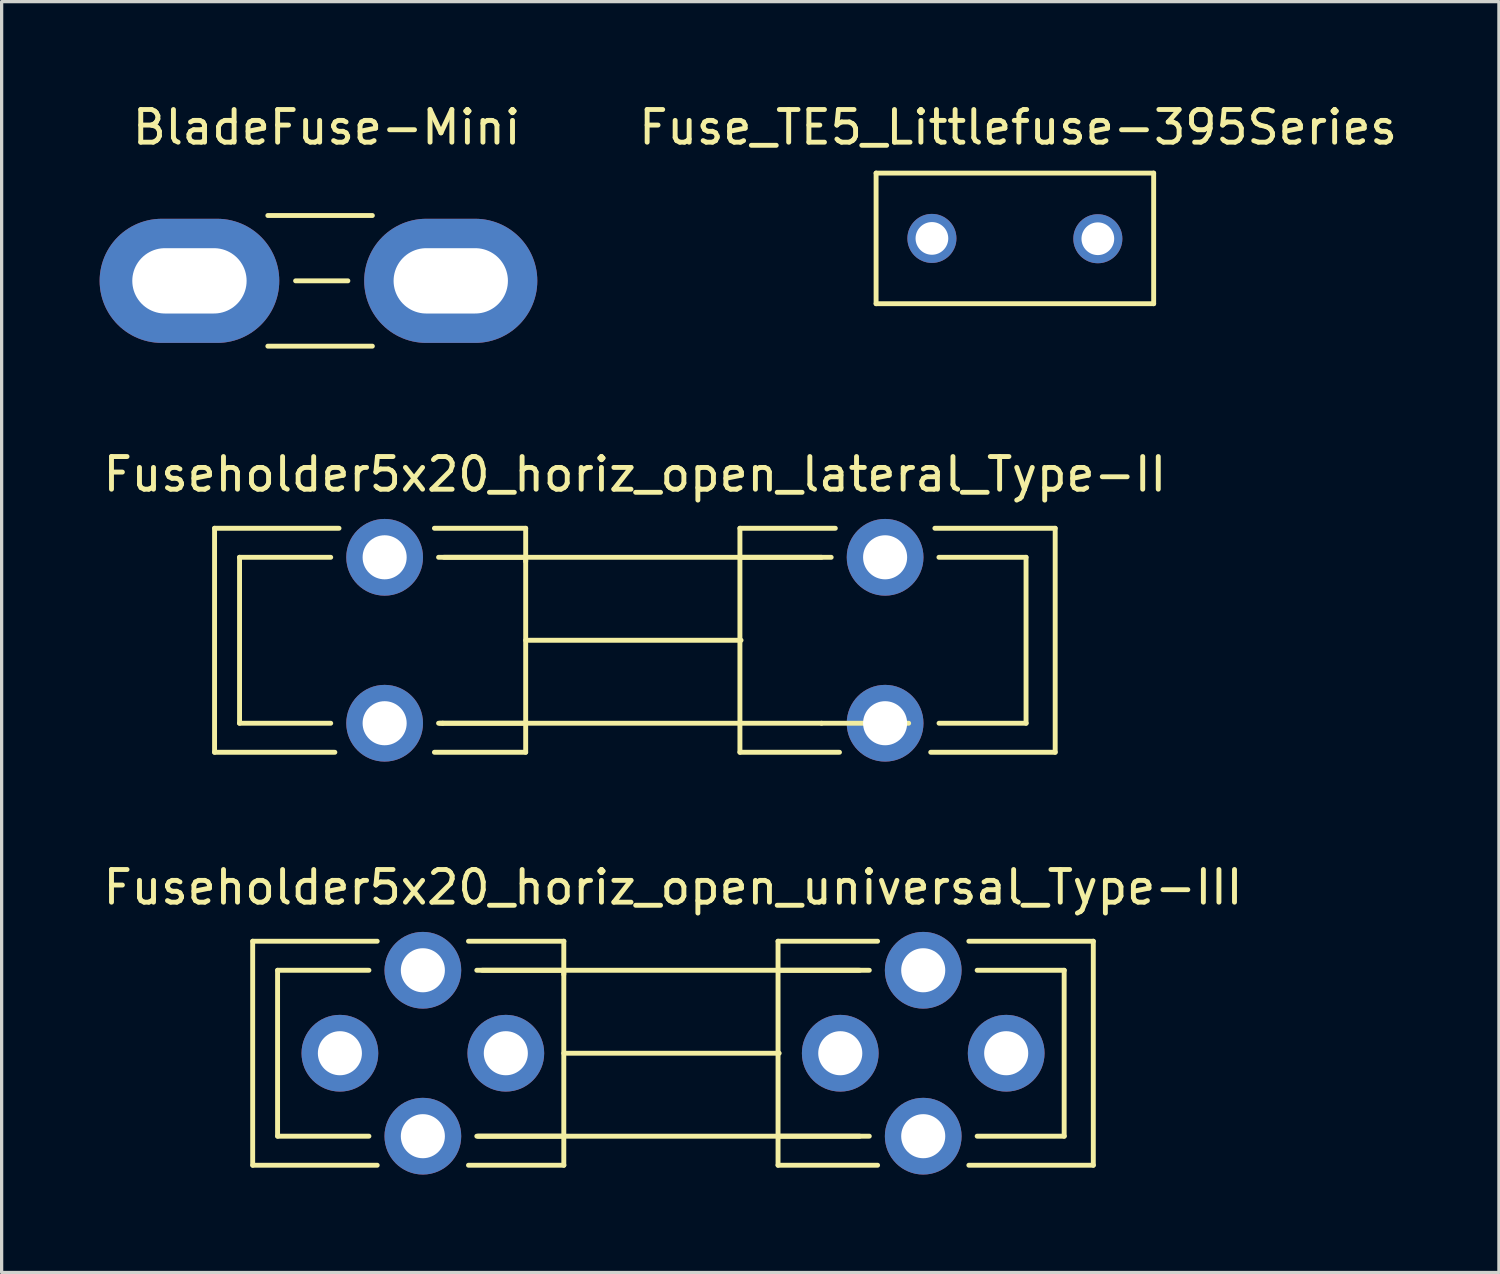
<source format=kicad_pcb>
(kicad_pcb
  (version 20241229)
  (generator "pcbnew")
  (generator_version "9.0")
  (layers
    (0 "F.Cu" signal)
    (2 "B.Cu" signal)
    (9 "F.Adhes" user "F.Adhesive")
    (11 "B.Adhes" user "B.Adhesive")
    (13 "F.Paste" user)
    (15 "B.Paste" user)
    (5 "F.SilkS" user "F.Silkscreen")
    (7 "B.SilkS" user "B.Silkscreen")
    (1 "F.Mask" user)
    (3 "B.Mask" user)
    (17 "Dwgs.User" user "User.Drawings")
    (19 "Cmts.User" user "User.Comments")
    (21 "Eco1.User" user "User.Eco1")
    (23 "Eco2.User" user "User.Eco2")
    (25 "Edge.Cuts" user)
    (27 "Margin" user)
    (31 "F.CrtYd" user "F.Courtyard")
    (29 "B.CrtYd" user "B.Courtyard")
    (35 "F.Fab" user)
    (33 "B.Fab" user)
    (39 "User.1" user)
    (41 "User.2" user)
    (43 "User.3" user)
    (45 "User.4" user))
  (footprint "BladeFuse-Mini"
    (layer "F.Cu")
    (at 6.75 5.548)
    (property "Reference" "BladeFuse-Mini" (at 0.2 -4.7 0) (layer "F.SilkS") (effects (font (size 1 1) (thickness 0.15))))
    (attr through_hole)
    (fp_line (start -1.6 -2) (end 1.6 -2) (stroke (width 0.15) (type solid)) (layer "F.SilkS"))
    (fp_line (start -0.75 0) (end 0.85 0) (stroke (width 0.15) (type solid)) (layer "F.SilkS"))
    (fp_line (start 1.6 2) (end -1.6 2) (stroke (width 0.15) (type solid)) (layer "F.SilkS"))
    (pad "1" thru_hole oval (at -4 0) (size 5.5 3.8) (drill oval 3.5 2) (layers "*.Cu" "*.Mask"))
    (pad "2" thru_hole oval (at 4 0) (size 5.3 3.8) (drill oval 3.5 2) (layers "*.Cu" "*.Mask")))
  (footprint "Fuseholder5x20_horiz_open_lateral_Type-II"
    (layer "F.Cu")
    (at 16.387 16.552)
    (property "Reference" "Fuseholder5x20_horiz_open_lateral_Type-II" (at 0 -5.08 0) (layer "F.SilkS") (effects (font (size 1 1) (thickness 0.15))))
    (attr through_hole)
    (fp_line (start -12.868 -3.429) (end -12.868 3.429) (stroke (width 0.15) (type solid)) (layer "F.SilkS"))
    (fp_line (start -12.868 -3.429) (end -9.058 -3.429) (stroke (width 0.15) (type solid)) (layer "F.SilkS"))
    (fp_line (start -12.868 3.429) (end -9.185 3.429) (stroke (width 0.15) (type solid)) (layer "F.SilkS"))
    (fp_line (start -12.106 -2.54) (end -9.312 -2.54) (stroke (width 0.15) (type solid)) (layer "F.SilkS"))
    (fp_line (start -12.106 2.54) (end -9.312 2.54) (stroke (width 0.15) (type solid)) (layer "F.SilkS"))
    (fp_line (start -12.103 -2.54) (end -12.103 2.54) (stroke (width 0.15) (type solid)) (layer "F.SilkS"))
    (fp_line (start -5.883 2.54) (end -6.01 2.54) (stroke (width 0.15) (type solid)) (layer "F.SilkS"))
    (fp_line (start -5.883 2.54) (end -3.343 2.54) (stroke (width 0.15) (type solid)) (layer "F.SilkS"))
    (fp_line (start -5.842 -2.54) (end 5.715 -2.54) (stroke (width 0.15) (type solid)) (layer "F.SilkS"))
    (fp_line (start -3.343 -3.429) (end -6.137 -3.429) (stroke (width 0.15) (type solid)) (layer "F.SilkS"))
    (fp_line (start -3.343 -3.429) (end -3.343 -2.413) (stroke (width 0.15) (type solid)) (layer "F.SilkS"))
    (fp_line (start -3.343 -2.54) (end -6.01 -2.54) (stroke (width 0.15) (type solid)) (layer "F.SilkS"))
    (fp_line (start -3.343 0) (end -3.343 -2.54) (stroke (width 0.15) (type solid)) (layer "F.SilkS"))
    (fp_line (start -3.343 2.54) (end -3.343 0) (stroke (width 0.15) (type solid)) (layer "F.SilkS"))
    (fp_line (start -3.343 3.429) (end -6.137 3.429) (stroke (width 0.15) (type solid)) (layer "F.SilkS"))
    (fp_line (start -3.343 3.429) (end -3.343 2.54) (stroke (width 0.15) (type solid)) (layer "F.SilkS"))
    (fp_line (start 3.216 -3.429) (end 3.216 -2.54) (stroke (width 0.15) (type solid)) (layer "F.SilkS"))
    (fp_line (start 3.216 -3.429) (end 6.137 -3.429) (stroke (width 0.15) (type solid)) (layer "F.SilkS"))
    (fp_line (start 3.216 -2.54) (end 6.01 -2.54) (stroke (width 0.15) (type solid)) (layer "F.SilkS"))
    (fp_line (start 3.216 0) (end 3.216 -2.54) (stroke (width 0.15) (type solid)) (layer "F.SilkS"))
    (fp_line (start 3.216 2.54) (end 3.216 0) (stroke (width 0.15) (type solid)) (layer "F.SilkS"))
    (fp_line (start 3.216 3.429) (end 3.216 2.54) (stroke (width 0.15) (type solid)) (layer "F.SilkS"))
    (fp_line (start 3.216 3.429) (end 6.264 3.429) (stroke (width 0.15) (type solid)) (layer "F.SilkS"))
    (fp_line (start 3.251 0) (end -3.251 0) (stroke (width 0.15) (type solid)) (layer "F.SilkS"))
    (fp_line (start 5.715 2.54) (end -5.969 2.54) (stroke (width 0.15) (type solid)) (layer "F.SilkS"))
    (fp_line (start 5.715 2.54) (end 8.382 2.54) (stroke (width 0.15) (type solid)) (layer "F.SilkS"))
    (fp_line (start 11.976 -2.54) (end 9.309 -2.54) (stroke (width 0.15) (type solid)) (layer "F.SilkS"))
    (fp_line (start 11.976 -2.54) (end 11.976 2.54) (stroke (width 0.15) (type solid)) (layer "F.SilkS"))
    (fp_line (start 11.979 2.54) (end 9.312 2.54) (stroke (width 0.15) (type solid)) (layer "F.SilkS"))
    (fp_line (start 12.868 -3.429) (end 9.185 -3.429) (stroke (width 0.15) (type solid)) (layer "F.SilkS"))
    (fp_line (start 12.868 -3.429) (end 12.868 3.429) (stroke (width 0.15) (type solid)) (layer "F.SilkS"))
    (fp_line (start 12.868 3.429) (end 9.058 3.429) (stroke (width 0.15) (type solid)) (layer "F.SilkS"))
    (pad "1" thru_hole circle (at -7.661 -2.54) (size 2.349 2.349) (drill 1.349) (layers "*.Cu" "*.Mask"))
    (pad "1" thru_hole circle (at -7.661 2.54) (size 2.349 2.349) (drill 1.349) (layers "*.Cu" "*.Mask"))
    (pad "2" thru_hole circle (at 7.661 -2.54) (size 2.349 2.349) (drill 1.349) (layers "*.Cu" "*.Mask"))
    (pad "2" thru_hole circle (at 7.661 2.54) (size 2.349 2.349) (drill 1.349) (layers "*.Cu" "*.Mask")))
  (footprint "Fuse_TE5_Littlefuse-395Series"
    (layer "F.Cu")
    (at 28.021 4.249)
    (property "Reference" "Fuse_TE5_Littlefuse-395Series" (at 0.099 -3.401 0) (layer "F.SilkS") (effects (font (size 1 1) (thickness 0.15))))
    (attr through_hole)
    (fp_line (start -4.249 -1.999) (end -4.249 1.999) (stroke (width 0.15) (type solid)) (layer "F.SilkS"))
    (fp_line (start -4.249 1.999) (end 4.249 1.999) (stroke (width 0.15) (type solid)) (layer "F.SilkS"))
    (fp_line (start 4.249 -1.999) (end -4.249 -1.999) (stroke (width 0.15) (type solid)) (layer "F.SilkS"))
    (fp_line (start 4.249 1.999) (end 4.249 -1.999) (stroke (width 0.15) (type solid)) (layer "F.SilkS"))
    (pad "1" thru_hole circle (at -2.54 0) (size 1.501 1.501) (drill 1.001) (layers "*.Cu" "*.Mask"))
    (pad "2" thru_hole circle (at 2.54 0.01) (size 1.501 1.501) (drill 1.001) (layers "*.Cu" "*.Mask")))
  (footprint "Fuseholder5x20_horiz_open_universal_Type-III"
    (layer "F.Cu")
    (at 17.554 29.195)
    (property "Reference" "Fuseholder5x20_horiz_open_universal_Type-III" (at 0 -5.08 0) (layer "F.SilkS") (effects (font (size 1 1) (thickness 0.15))))
    (attr through_hole)
    (fp_line (start -12.868 -3.429) (end -12.868 3.429) (stroke (width 0.15) (type solid)) (layer "F.SilkS"))
    (fp_line (start -12.865 -3.429) (end -9.055 -3.429) (stroke (width 0.15) (type solid)) (layer "F.SilkS"))
    (fp_line (start -12.865 3.429) (end -9.055 3.429) (stroke (width 0.15) (type solid)) (layer "F.SilkS"))
    (fp_line (start -12.106 -2.54) (end -12.106 2.54) (stroke (width 0.15) (type solid)) (layer "F.SilkS"))
    (fp_line (start -12.103 -2.54) (end -9.309 -2.54) (stroke (width 0.15) (type solid)) (layer "F.SilkS"))
    (fp_line (start -12.103 2.54) (end -9.309 2.54) (stroke (width 0.15) (type solid)) (layer "F.SilkS"))
    (fp_line (start -5.842 -2.54) (end 5.715 -2.54) (stroke (width 0.15) (type solid)) (layer "F.SilkS"))
    (fp_line (start -3.343 -3.429) (end -3.343 -2.413) (stroke (width 0.15) (type solid)) (layer "F.SilkS"))
    (fp_line (start -3.343 0) (end -3.343 -2.54) (stroke (width 0.15) (type solid)) (layer "F.SilkS"))
    (fp_line (start -3.343 2.54) (end -3.343 0) (stroke (width 0.15) (type solid)) (layer "F.SilkS"))
    (fp_line (start -3.343 3.429) (end -3.343 2.54) (stroke (width 0.15) (type solid)) (layer "F.SilkS"))
    (fp_line (start -3.34 -3.429) (end -6.261 -3.429) (stroke (width 0.15) (type solid)) (layer "F.SilkS"))
    (fp_line (start -3.34 -2.54) (end -6.007 -2.54) (stroke (width 0.15) (type solid)) (layer "F.SilkS"))
    (fp_line (start -3.34 2.54) (end -6.007 2.54) (stroke (width 0.15) (type solid)) (layer "F.SilkS"))
    (fp_line (start -3.34 3.429) (end -6.261 3.429) (stroke (width 0.15) (type solid)) (layer "F.SilkS"))
    (fp_line (start -3.251 0) (end 3.251 0) (stroke (width 0.15) (type solid)) (layer "F.SilkS"))
    (fp_line (start 3.216 -3.429) (end 3.216 -2.54) (stroke (width 0.15) (type solid)) (layer "F.SilkS"))
    (fp_line (start 3.216 -3.429) (end 6.264 -3.429) (stroke (width 0.15) (type solid)) (layer "F.SilkS"))
    (fp_line (start 3.216 -2.54) (end 6.01 -2.54) (stroke (width 0.15) (type solid)) (layer "F.SilkS"))
    (fp_line (start 3.216 0) (end 3.216 -2.54) (stroke (width 0.15) (type solid)) (layer "F.SilkS"))
    (fp_line (start 3.216 2.54) (end 3.216 0) (stroke (width 0.15) (type solid)) (layer "F.SilkS"))
    (fp_line (start 3.216 2.54) (end 6.01 2.54) (stroke (width 0.15) (type solid)) (layer "F.SilkS"))
    (fp_line (start 3.216 3.429) (end 3.216 2.54) (stroke (width 0.15) (type solid)) (layer "F.SilkS"))
    (fp_line (start 3.216 3.429) (end 6.264 3.429) (stroke (width 0.15) (type solid)) (layer "F.SilkS"))
    (fp_line (start 5.715 2.54) (end -5.969 2.54) (stroke (width 0.15) (type solid)) (layer "F.SilkS"))
    (fp_line (start 11.976 -2.54) (end 11.976 2.54) (stroke (width 0.15) (type solid)) (layer "F.SilkS"))
    (fp_line (start 11.979 -2.54) (end 9.312 -2.54) (stroke (width 0.15) (type solid)) (layer "F.SilkS"))
    (fp_line (start 11.979 2.54) (end 9.312 2.54) (stroke (width 0.15) (type solid)) (layer "F.SilkS"))
    (fp_line (start 12.868 -3.429) (end 9.058 -3.429) (stroke (width 0.15) (type solid)) (layer "F.SilkS"))
    (fp_line (start 12.868 -3.429) (end 12.868 3.429) (stroke (width 0.15) (type solid)) (layer "F.SilkS"))
    (fp_line (start 12.868 3.429) (end 9.058 3.429) (stroke (width 0.15) (type solid)) (layer "F.SilkS"))
    (pad "1" thru_hole circle (at -10.198 0) (size 2.349 2.349) (drill 1.349) (layers "*.Cu" "*.Mask"))
    (pad "1" thru_hole circle (at -7.658 -2.54) (size 2.349 2.349) (drill 1.349) (layers "*.Cu" "*.Mask"))
    (pad "1" thru_hole circle (at -7.658 2.54) (size 2.349 2.349) (drill 1.349) (layers "*.Cu" "*.Mask"))
    (pad "1" thru_hole circle (at -5.118 0) (size 2.349 2.349) (drill 1.349) (layers "*.Cu" "*.Mask"))
    (pad "2" thru_hole circle (at 5.121 0) (size 2.349 2.349) (drill 1.349) (layers "*.Cu" "*.Mask"))
    (pad "2" thru_hole circle (at 7.661 -2.54) (size 2.349 2.349) (drill 1.349) (layers "*.Cu" "*.Mask"))
    (pad "2" thru_hole circle (at 7.661 2.54) (size 2.349 2.349) (drill 1.349) (layers "*.Cu" "*.Mask"))
    (pad "2" thru_hole circle (at 10.201 0) (size 2.349 2.349) (drill 1.349) (layers "*.Cu" "*.Mask")))
  (gr_rect
    (start -3 -3)
    (end 42.84 35.909)
    (stroke (width 0.1) (type default))
    (fill no)
    (layer "Edge.Cuts")))
</source>
